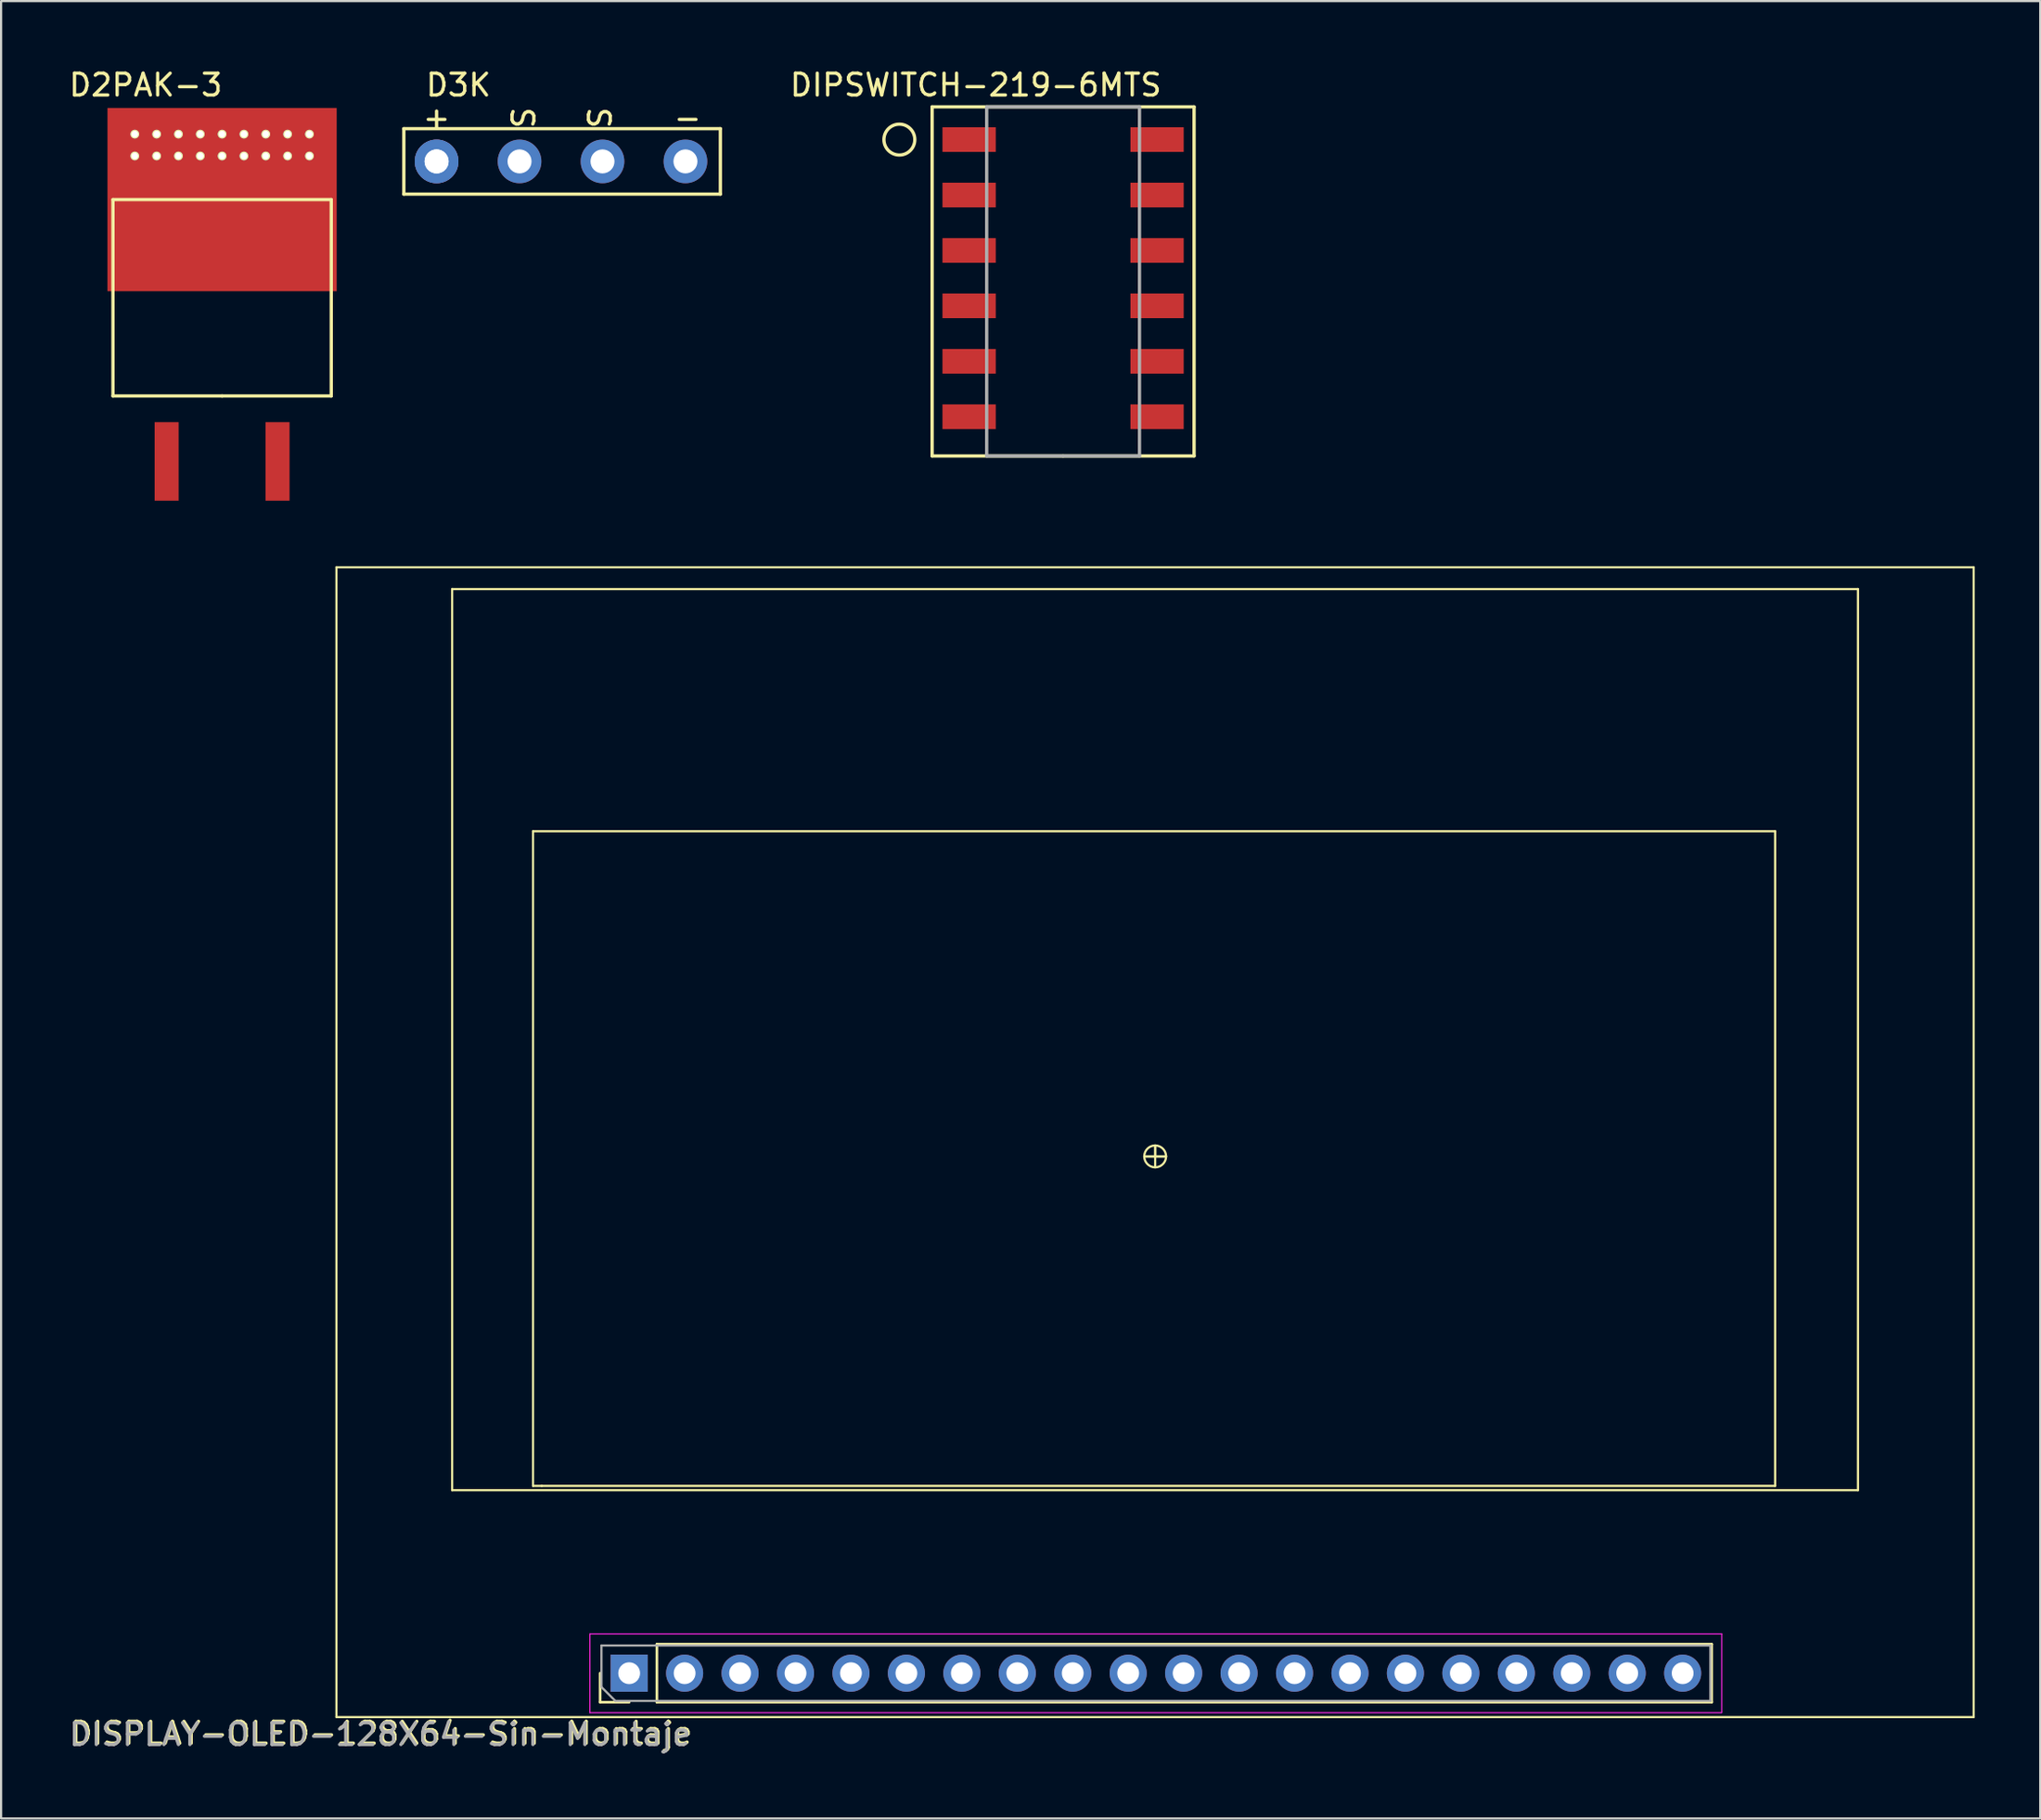
<source format=kicad_pcb>
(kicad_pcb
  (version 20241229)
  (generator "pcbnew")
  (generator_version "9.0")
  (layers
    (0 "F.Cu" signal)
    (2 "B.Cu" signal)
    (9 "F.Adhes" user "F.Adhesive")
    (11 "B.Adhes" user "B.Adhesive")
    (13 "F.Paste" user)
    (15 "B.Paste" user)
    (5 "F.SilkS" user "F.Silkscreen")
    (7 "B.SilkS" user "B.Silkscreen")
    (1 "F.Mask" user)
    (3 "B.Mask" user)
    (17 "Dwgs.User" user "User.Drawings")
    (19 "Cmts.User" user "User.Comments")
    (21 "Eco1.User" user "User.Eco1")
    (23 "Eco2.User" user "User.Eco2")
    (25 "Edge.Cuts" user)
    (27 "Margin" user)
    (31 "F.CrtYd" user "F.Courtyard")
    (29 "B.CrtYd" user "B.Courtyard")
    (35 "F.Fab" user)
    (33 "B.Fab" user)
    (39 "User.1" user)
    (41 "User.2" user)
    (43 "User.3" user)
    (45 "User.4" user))
  (footprint "D3K"
    (layer "F.Cu")
    (at 16.95 4.348)
    (property "Reference" "D3K" (at 1 -3.5 0) (layer "F.SilkS") (effects (font (size 1 1) (thickness 0.15))))
    (attr through_hole)
    (fp_line (start -1.5 -1.5) (end -1.5 1.5) (stroke (width 0.15) (type solid)) (layer "F.SilkS"))
    (fp_line (start -1.5 1.5) (end 13 1.5) (stroke (width 0.15) (type solid)) (layer "F.SilkS"))
    (fp_line (start 13 -1.5) (end -1.5 -1.5) (stroke (width 0.15) (type solid)) (layer "F.SilkS"))
    (fp_line (start 13 1.5) (end 13 -1.5) (stroke (width 0.15) (type solid)) (layer "F.SilkS"))
    (fp_text user "S" (at 4 -2 90) (layer "F.SilkS") (effects (font (size 1 1) (thickness 0.15))))
    (fp_text user "-" (at 11.5 -2 0) (layer "F.SilkS") (effects (font (size 1 1) (thickness 0.15))))
    (fp_text user "S" (at 7.5 -2 90) (layer "F.SilkS") (effects (font (size 1 1) (thickness 0.15))))
    (fp_text user "+" (at 0 -2 0) (layer "F.SilkS") (effects (font (size 1 1) (thickness 0.15))))
    (fp_text user "-" (at 0 0 0) (layer "F.SilkS") (effects (font (size 1 1) (thickness 0.15))))
    (pad "1" thru_hole circle (at 0 0) (size 2 2) (drill 1.1) (layers "*.Cu" "*.Mask"))
    (pad "1" thru_hole circle (at 0 0) (size 2 2) (drill 1.1) (layers "*.Cu" "*.Mask"))
    (pad "2" thru_hole circle (at 3.8 0) (size 2 2) (drill 1.1) (layers "*.Cu" "*.Mask"))
    (pad "3" thru_hole circle (at 7.6 0) (size 2 2) (drill 1.1) (layers "*.Cu" "*.Mask"))
    (pad "4" thru_hole circle (at 11.4 0) (size 2 2) (drill 1.1) (layers "*.Cu" "*.Mask")))
  (footprint "DISPLAY-OLED-128X64-Sin-Montaje"
    (layer "F.Cu")
    (at 12.368 75.65)
    (property "Reference" "DISPLAY-OLED-128X64-Sin-Montaje" (at 2.055 0.738 0) (layer "F.SilkS") (effects (font (size 1 1) (thickness 0.15))))
    (attr through_hole)
    (fp_line (start -0.005 -52.702) (end -0.005 -0.002) (stroke (width 0.1) (type solid)) (layer "F.SilkS"))
    (fp_line (start -0.005 -0.002) (end 74.995 -0.002) (stroke (width 0.1) (type solid)) (layer "F.SilkS"))
    (fp_line (start 5.295 -51.702) (end 69.695 -51.702) (stroke (width 0.1) (type solid)) (layer "F.SilkS"))
    (fp_line (start 5.295 -10.402) (end 5.295 -51.702) (stroke (width 0.1) (type solid)) (layer "F.SilkS"))
    (fp_line (start 9 -40.6) (end 65.9 -40.6) (stroke (width 0.1) (type solid)) (layer "F.SilkS"))
    (fp_line (start 9 -10.6) (end 9 -40.6) (stroke (width 0.1) (type solid)) (layer "F.SilkS"))
    (fp_line (start 9 -10.6) (end 9.4 -10.6) (stroke (width 0.1) (type solid)) (layer "F.SilkS"))
    (fp_line (start 12.074 -0.684) (end 12.074 -2.014) (stroke (width 0.12) (type solid)) (layer "F.SilkS"))
    (fp_line (start 13.404 -0.684) (end 12.074 -0.684) (stroke (width 0.12) (type solid)) (layer "F.SilkS"))
    (fp_line (start 14.674 -3.344) (end 62.994 -3.344) (stroke (width 0.12) (type solid)) (layer "F.SilkS"))
    (fp_line (start 14.674 -0.684) (end 14.674 -3.344) (stroke (width 0.12) (type solid)) (layer "F.SilkS"))
    (fp_line (start 14.674 -0.684) (end 62.994 -0.684) (stroke (width 0.12) (type solid)) (layer "F.SilkS"))
    (fp_line (start 37 -25.7) (end 37.5 -25.7) (stroke (width 0.1) (type solid)) (layer "F.SilkS"))
    (fp_line (start 37.5 -26.2) (end 37.5 -25.2) (stroke (width 0.1) (type solid)) (layer "F.SilkS"))
    (fp_line (start 37.5 -25.7) (end 37 -25.7) (stroke (width 0.1) (type solid)) (layer "F.SilkS"))
    (fp_line (start 37.5 -25.7) (end 37.5 -26.2) (stroke (width 0.1) (type solid)) (layer "F.SilkS"))
    (fp_line (start 37.5 -25.7) (end 38 -25.7) (stroke (width 0.1) (type solid)) (layer "F.SilkS"))
    (fp_line (start 38 -25.7) (end 37.5 -25.7) (stroke (width 0.1) (type solid)) (layer "F.SilkS"))
    (fp_line (start 62.994 -0.684) (end 62.994 -3.344) (stroke (width 0.12) (type solid)) (layer "F.SilkS"))
    (fp_line (start 65.9 -40.6) (end 65.9 -10.6) (stroke (width 0.1) (type solid)) (layer "F.SilkS"))
    (fp_line (start 65.9 -10.6) (end 9.4 -10.6) (stroke (width 0.1) (type solid)) (layer "F.SilkS"))
    (fp_line (start 69.695 -51.702) (end 69.695 -10.402) (stroke (width 0.1) (type solid)) (layer "F.SilkS"))
    (fp_line (start 69.695 -10.402) (end 5.295 -10.402) (stroke (width 0.1) (type solid)) (layer "F.SilkS"))
    (fp_line (start 74.995 -52.702) (end -0.005 -52.702) (stroke (width 0.1) (type solid)) (layer "F.SilkS"))
    (fp_line (start 74.995 -0.002) (end 74.995 -52.702) (stroke (width 0.1) (type solid)) (layer "F.SilkS"))
    (fp_circle (center 37.5 -25.7) (end 38 -25.7) (stroke (width 0.1) (type solid)) (fill no) (layer "F.SilkS"))
    (fp_line (start 11.595 -0.202) (end 63.445 -0.202) (stroke (width 0.05) (type solid)) (layer "F.CrtYd"))
    (fp_line (start 11.604 -3.814) (end 11.604 -0.214) (stroke (width 0.05) (type solid)) (layer "F.CrtYd"))
    (fp_line (start 63.454 -3.814) (end 11.604 -3.814) (stroke (width 0.05) (type solid)) (layer "F.CrtYd"))
    (fp_line (start 63.454 -0.214) (end 63.454 -3.814) (stroke (width 0.05) (type solid)) (layer "F.CrtYd"))
    (fp_line (start 12.134 -3.284) (end 62.934 -3.284) (stroke (width 0.1) (type solid)) (layer "F.Fab"))
    (fp_line (start 12.134 -1.379) (end 12.134 -3.284) (stroke (width 0.1) (type solid)) (layer "F.Fab"))
    (fp_line (start 12.769 -0.744) (end 12.134 -1.379) (stroke (width 0.1) (type solid)) (layer "F.Fab"))
    (fp_line (start 62.934 -3.284) (end 62.934 -0.744) (stroke (width 0.1) (type solid)) (layer "F.Fab"))
    (fp_line (start 62.934 -0.744) (end 12.769 -0.744) (stroke (width 0.1) (type solid)) (layer "F.Fab"))
    (fp_text user "${REFERENCE}" (at 1.995 0.798 180) (layer "F.Fab") (effects (font (size 1 1) (thickness 0.15))))
    (pad "1" thru_hole rect (at 13.404 -2.014 90) (size 1.7 1.7) (drill 1) (layers "*.Cu" "*.Mask"))
    (pad "2" thru_hole oval (at 15.944 -2.014 90) (size 1.7 1.7) (drill 1) (layers "*.Cu" "*.Mask"))
    (pad "3" thru_hole oval (at 18.484 -2.014 90) (size 1.7 1.7) (drill 1) (layers "*.Cu" "*.Mask"))
    (pad "4" thru_hole oval (at 21.024 -2.014 90) (size 1.7 1.7) (drill 1) (layers "*.Cu" "*.Mask"))
    (pad "5" thru_hole oval (at 23.564 -2.014 90) (size 1.7 1.7) (drill 1) (layers "*.Cu" "*.Mask"))
    (pad "6" thru_hole oval (at 26.104 -2.014 90) (size 1.7 1.7) (drill 1) (layers "*.Cu" "*.Mask"))
    (pad "7" thru_hole oval (at 28.644 -2.014 90) (size 1.7 1.7) (drill 1) (layers "*.Cu" "*.Mask"))
    (pad "8" thru_hole oval (at 31.184 -2.014 90) (size 1.7 1.7) (drill 1) (layers "*.Cu" "*.Mask"))
    (pad "9" thru_hole oval (at 33.724 -2.014 90) (size 1.7 1.7) (drill 1) (layers "*.Cu" "*.Mask"))
    (pad "10" thru_hole oval (at 36.264 -2.014 90) (size 1.7 1.7) (drill 1) (layers "*.Cu" "*.Mask"))
    (pad "11" thru_hole oval (at 38.804 -2.014 90) (size 1.7 1.7) (drill 1) (layers "*.Cu" "*.Mask"))
    (pad "12" thru_hole oval (at 41.344 -2.014 90) (size 1.7 1.7) (drill 1) (layers "*.Cu" "*.Mask"))
    (pad "13" thru_hole oval (at 43.884 -2.014 90) (size 1.7 1.7) (drill 1) (layers "*.Cu" "*.Mask"))
    (pad "14" thru_hole oval (at 46.424 -2.014 90) (size 1.7 1.7) (drill 1) (layers "*.Cu" "*.Mask"))
    (pad "15" thru_hole oval (at 48.964 -2.014 90) (size 1.7 1.7) (drill 1) (layers "*.Cu" "*.Mask"))
    (pad "16" thru_hole oval (at 51.504 -2.014 90) (size 1.7 1.7) (drill 1) (layers "*.Cu" "*.Mask"))
    (pad "17" thru_hole oval (at 54.044 -2.014 90) (size 1.7 1.7) (drill 1) (layers "*.Cu" "*.Mask"))
    (pad "18" thru_hole oval (at 56.584 -2.014 90) (size 1.7 1.7) (drill 1) (layers "*.Cu" "*.Mask"))
    (pad "19" thru_hole oval (at 59.124 -2.014 90) (size 1.7 1.7) (drill 1) (layers "*.Cu" "*.Mask"))
    (pad "20" thru_hole oval (at 61.664 -2.014 90) (size 1.7 1.7) (drill 1) (layers "*.Cu" "*.Mask")))
  (footprint "D2PAK-3"
    (layer "F.Cu")
    (at 7.125 18.098)
    (property "Reference" "D2PAK-3" (at -3.5 -17.25 0) (layer "F.SilkS") (effects (font (size 1 1) (thickness 0.15))))
    (attr through_hole)
    (fp_line (start -5 -12) (end 5 -12) (stroke (width 0.15) (type solid)) (layer "F.SilkS"))
    (fp_line (start -5 -3) (end -5 -12) (stroke (width 0.15) (type solid)) (layer "F.SilkS"))
    (fp_line (start 0 -3) (end -5 -3) (stroke (width 0.15) (type solid)) (layer "F.SilkS"))
    (fp_line (start 5 -12) (end 5 -3) (stroke (width 0.15) (type solid)) (layer "F.SilkS"))
    (fp_line (start 5 -3) (end 0 -3) (stroke (width 0.15) (type solid)) (layer "F.SilkS"))
    (pad "1" smd rect (at -2.54 0) (size 1.1 3.6) (layers "F.Cu" "F.Mask" "F.Paste"))
    (pad "2" thru_hole circle (at -4 -15) (size 0.4 0.4) (drill 0.3) (layers "*.Cu" "*.Mask" "F.SilkS"))
    (pad "2" thru_hole circle (at -4 -14) (size 0.4 0.4) (drill 0.3) (layers "*.Cu" "*.Mask" "F.SilkS"))
    (pad "2" thru_hole circle (at -3 -15) (size 0.4 0.4) (drill 0.3) (layers "*.Cu" "*.Mask" "F.SilkS"))
    (pad "2" thru_hole circle (at -3 -14) (size 0.4 0.4) (drill 0.3) (layers "*.Cu" "*.Mask" "F.SilkS"))
    (pad "2" thru_hole circle (at -2 -15) (size 0.4 0.4) (drill 0.3) (layers "*.Cu" "*.Mask" "F.SilkS"))
    (pad "2" thru_hole circle (at -2 -14) (size 0.4 0.4) (drill 0.3) (layers "*.Cu" "*.Mask" "F.SilkS"))
    (pad "2" thru_hole circle (at -1 -15) (size 0.4 0.4) (drill 0.3) (layers "*.Cu" "*.Mask" "F.SilkS"))
    (pad "2" thru_hole circle (at -1 -14) (size 0.4 0.4) (drill 0.3) (layers "*.Cu" "*.Mask" "F.SilkS"))
    (pad "2" thru_hole circle (at 0 -15) (size 0.4 0.4) (drill 0.3) (layers "*.Cu" "*.Mask" "F.SilkS"))
    (pad "2" thru_hole circle (at 0 -14) (size 0.4 0.4) (drill 0.3) (layers "*.Cu" "*.Mask" "F.SilkS"))
    (pad "2" smd rect (at 0 -12) (size 10.5 8.4) (layers "F.Cu" "F.Mask" "F.Paste"))
    (pad "2" thru_hole circle (at 1 -15) (size 0.4 0.4) (drill 0.3) (layers "*.Cu" "*.Mask" "F.SilkS"))
    (pad "2" thru_hole circle (at 1 -14) (size 0.4 0.4) (drill 0.3) (layers "*.Cu" "*.Mask" "F.SilkS"))
    (pad "2" thru_hole circle (at 2 -15) (size 0.4 0.4) (drill 0.3) (layers "*.Cu" "*.Mask" "F.SilkS"))
    (pad "2" thru_hole circle (at 2 -14) (size 0.4 0.4) (drill 0.3) (layers "*.Cu" "*.Mask" "F.SilkS"))
    (pad "2" thru_hole circle (at 3 -15) (size 0.4 0.4) (drill 0.3) (layers "*.Cu" "*.Mask" "F.SilkS"))
    (pad "2" thru_hole circle (at 3 -14) (size 0.4 0.4) (drill 0.3) (layers "*.Cu" "*.Mask" "F.SilkS"))
    (pad "2" thru_hole circle (at 4 -15) (size 0.4 0.4) (drill 0.3) (layers "*.Cu" "*.Mask" "F.SilkS"))
    (pad "2" thru_hole circle (at 4 -14) (size 0.4 0.4) (drill 0.3) (layers "*.Cu" "*.Mask" "F.SilkS"))
    (pad "3" smd rect (at 2.54 0) (size 1.1 3.6) (layers "F.Cu" "F.Mask" "F.Paste")))
  (footprint "DIPSWITCH-219-6MTS"
    (layer "F.Cu")
    (at 45.65 3.348)
    (property "Reference" "DIPSWITCH-219-6MTS" (at -4 -2.5 0) (layer "F.SilkS") (effects (font (size 1 1) (thickness 0.15))))
    (attr through_hole)
    (fp_line (start -6 -1.5) (end -6 14.5) (stroke (width 0.15) (type solid)) (layer "F.SilkS"))
    (fp_line (start -6 -1.5) (end 6 -1.5) (stroke (width 0.15) (type solid)) (layer "F.SilkS"))
    (fp_line (start -6 14.5) (end 0 14.5) (stroke (width 0.15) (type solid)) (layer "F.SilkS"))
    (fp_line (start 0 14.5) (end 6 14.5) (stroke (width 0.15) (type solid)) (layer "F.SilkS"))
    (fp_line (start 6 14.5) (end 6 -1.5) (stroke (width 0.15) (type solid)) (layer "F.SilkS"))
    (fp_circle (center -7.5 0) (end -7 -0.5) (stroke (width 0.15) (type solid)) (fill no) (layer "F.SilkS"))
    (fp_line (start -3.5 -1.5) (end -3.5 14.5) (stroke (width 0.15) (type solid)) (layer "F.Fab"))
    (fp_line (start -3.5 14.5) (end 3.5 14.5) (stroke (width 0.15) (type solid)) (layer "F.Fab"))
    (fp_line (start 3.5 -1.5) (end -3.5 -1.5) (stroke (width 0.15) (type solid)) (layer "F.Fab"))
    (fp_line (start 3.5 14.5) (end 3.5 -1.5) (stroke (width 0.15) (type solid)) (layer "F.Fab"))
    (pad "1" smd rect (at -4.305 0) (size 2.44 1.13) (layers "F.Cu" "F.Mask" "F.Paste"))
    (pad "2" smd rect (at -4.305 2.54) (size 2.44 1.13) (layers "F.Cu" "F.Mask" "F.Paste"))
    (pad "3" smd rect (at -4.305 5.08) (size 2.44 1.13) (layers "F.Cu" "F.Mask" "F.Paste"))
    (pad "4" smd rect (at -4.305 7.62) (size 2.44 1.13) (layers "F.Cu" "F.Mask" "F.Paste"))
    (pad "5" smd rect (at -4.305 10.16) (size 2.44 1.13) (layers "F.Cu" "F.Mask" "F.Paste"))
    (pad "6" smd rect (at -4.305 12.7) (size 2.44 1.13) (layers "F.Cu" "F.Mask" "F.Paste"))
    (pad "7" smd rect (at 4.305 12.7) (size 2.44 1.13) (layers "F.Cu" "F.Mask" "F.Paste"))
    (pad "8" smd rect (at 4.305 10.16) (size 2.44 1.13) (layers "F.Cu" "F.Mask" "F.Paste"))
    (pad "9" smd rect (at 4.305 7.62) (size 2.44 1.13) (layers "F.Cu" "F.Mask" "F.Paste"))
    (pad "10" smd rect (at 4.305 5.08) (size 2.44 1.13) (layers "F.Cu" "F.Mask" "F.Paste"))
    (pad "11" smd rect (at 4.305 2.54) (size 2.44 1.13) (layers "F.Cu" "F.Mask" "F.Paste"))
    (pad "12" smd rect (at 4.305 0) (size 2.44 1.13) (layers "F.Cu" "F.Mask" "F.Paste")))
  (gr_rect
    (start -3 -3)
    (end 90.413 80.296)
    (stroke (width 0.1) (type default))
    (fill no)
    (layer "Edge.Cuts")))
</source>
